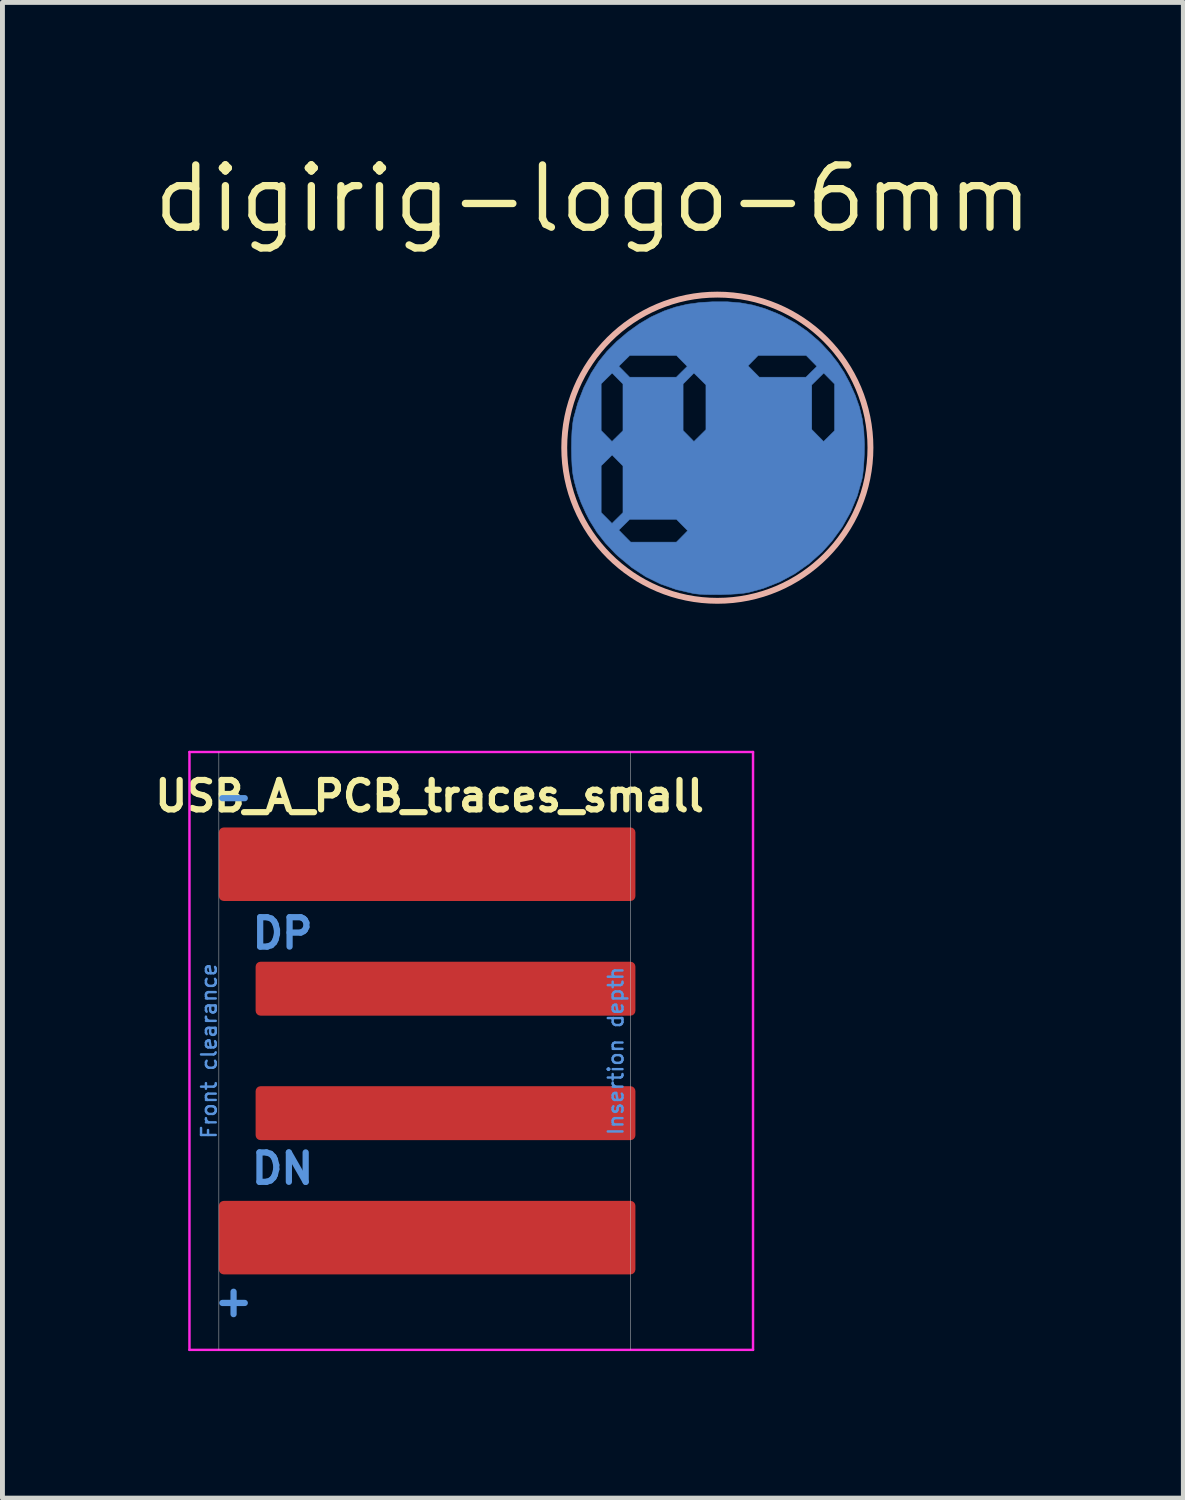
<source format=kicad_pcb>
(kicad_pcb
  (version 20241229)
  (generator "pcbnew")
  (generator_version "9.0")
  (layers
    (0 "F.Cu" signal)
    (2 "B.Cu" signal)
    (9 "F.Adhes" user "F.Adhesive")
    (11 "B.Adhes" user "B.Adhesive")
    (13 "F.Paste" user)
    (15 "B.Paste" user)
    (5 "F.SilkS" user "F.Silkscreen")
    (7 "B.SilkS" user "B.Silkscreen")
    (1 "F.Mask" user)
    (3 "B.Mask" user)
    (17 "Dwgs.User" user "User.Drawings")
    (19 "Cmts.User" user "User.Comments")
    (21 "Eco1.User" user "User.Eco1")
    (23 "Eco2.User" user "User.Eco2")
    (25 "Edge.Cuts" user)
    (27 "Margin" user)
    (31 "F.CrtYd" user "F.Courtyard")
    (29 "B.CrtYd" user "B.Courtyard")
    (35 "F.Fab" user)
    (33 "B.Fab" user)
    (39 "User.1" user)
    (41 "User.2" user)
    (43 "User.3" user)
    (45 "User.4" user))
  (footprint "USB_A_PCB_traces_small"
    (layer "F.Cu")
    (at 0.816 18.395)
    (property "Reference" "USB_A_PCB_traces_small" (at 4.9 -5.2 180) (layer "F.SilkS") (effects (font (size 0.6 0.6) (thickness 0.127))))
    (attr exclude_from_pos_files)
    (fp_line (start 0.6 -6.1) (end 0.6 6.1) (stroke (width 0.01) (type solid)) (layer "Dwgs.User"))
    (fp_line (start 9 -6.1) (end 9 6.1) (stroke (width 0.01) (type solid)) (layer "Dwgs.User"))
    (fp_line (start 0 -6.1) (end 0 6.1) (stroke (width 0.05) (type solid)) (layer "F.CrtYd"))
    (fp_line (start 0 -6.1) (end 11.5 -6.1) (stroke (width 0.05) (type solid)) (layer "F.CrtYd"))
    (fp_line (start 11.5 -6.1) (end 11.5 6.1) (stroke (width 0.05) (type solid)) (layer "F.CrtYd"))
    (fp_line (start 11.5 6.1) (end 0 6.1) (stroke (width 0.05) (type solid)) (layer "F.CrtYd"))
    (fp_text user "Front clearance" (at 0.4 0 90) (layer "Cmts.User") (effects (font (size 0.3 0.3) (thickness 0.05))))
    (fp_text user "DP" (at 1.9 -2.4 0) (layer "Cmts.User") (effects (font (size 0.6 0.6) (thickness 0.127))))
    (fp_text user "-" (at 0.9 -5.2 0) (layer "Cmts.User") (effects (font (size 0.6 0.6) (thickness 0.127))))
    (fp_text user "Insertion depth" (at 8.7 0 90) (layer "Cmts.User") (effects (font (size 0.3 0.3) (thickness 0.05))))
    (fp_text user "DN" (at 1.9 2.4 0) (layer "Cmts.User") (effects (font (size 0.6 0.6) (thickness 0.127))))
    (fp_text user "+" (at 0.9 5.1 0) (layer "Cmts.User") (effects (font (size 0.6 0.6) (thickness 0.127))))
    (pad "1" connect roundrect (at 4.85 3.81) (size 8.5 1.5) (layers "F.Cu" "F.Mask") (roundrect_rratio 0.067))
    (pad "2" connect roundrect (at 5.225 1.27) (size 7.75 1.1) (layers "F.Cu" "F.Mask") (roundrect_rratio 0.091))
    (pad "3" connect roundrect (at 5.225 -1.27) (size 7.75 1.1) (layers "F.Cu" "F.Mask") (roundrect_rratio 0.091))
    (pad "4" connect roundrect (at 4.85 -3.81) (size 8.5 1.5) (layers "F.Cu" "F.Mask") (roundrect_rratio 0.067)))
  (footprint "digirig-logo-6mm"
    (layer "F.Cu")
    (at 11.588 6.086)
    (property "Reference" "digirig-logo-6mm" (at -2.54 -5.08 0) (layer "F.SilkS") (effects (font (size 1.27 1.27) (thickness 0.15))))
    (attr through_hole)
    (fp_poly (pts (xy 0.202 -2.978) (xy 0.47 -2.956) (xy 0.721 -2.911) (xy 0.965 -2.84) (xy 1.212 -2.742) (xy 1.323 -2.69) (xy 1.596 -2.541) (xy 1.838 -2.374) (xy 2.063 -2.181) (xy 2.123 -2.122) (xy 2.303 -1.929) (xy 2.454 -1.737) (xy 2.586 -1.534) (xy 2.699 -1.323) (xy 2.812 -1.073) (xy 2.897 -0.834) (xy 2.955 -0.594) (xy 2.989 -0.343) (xy 3.002 -0.07) (xy 2.999 0.115) (xy 2.992 0.27) (xy 2.982 0.415) (xy 2.969 0.538) (xy 2.954 0.629) (xy 2.953 0.635) (xy 2.856 0.981) (xy 2.72 1.31) (xy 2.547 1.619) (xy 2.337 1.908) (xy 2.137 2.13) (xy 1.87 2.368) (xy 1.58 2.572) (xy 1.268 2.74) (xy 0.936 2.871) (xy 0.635 2.953) (xy 0.536 2.969) (xy 0.406 2.982) (xy 0.254 2.991) (xy 0.09 2.997) (xy -0.074 2.998) (xy -0.23 2.996) (xy -0.365 2.989) (xy -0.472 2.978) (xy -0.487 2.975) (xy -0.835 2.895) (xy -1.158 2.781) (xy -1.46 2.633) (xy -1.744 2.447) (xy -2.014 2.223) (xy -2.076 2.166) (xy -2.282 1.948) (xy -2.456 1.727) (xy -2.484 1.681) (xy -2.011 1.681) (xy -1.89 1.804) (xy -1.769 1.926) (xy -0.835 1.926) (xy -0.72 1.81) (xy -0.605 1.693) (xy -0.72 1.577) (xy -0.835 1.46) (xy -1.787 1.46) (xy -1.899 1.571) (xy -2.011 1.681) (xy -2.484 1.681) (xy -2.604 1.489) (xy -2.679 1.344) (xy -2.779 1.123) (xy -2.856 0.915) (xy -2.915 0.702) (xy -2.935 0.614) (xy -2.954 0.498) (xy -2.965 0.369) (xy -2.371 0.369) (xy -2.371 1.322) (xy -2.26 1.433) (xy -2.15 1.545) (xy -1.926 1.324) (xy -1.926 0.372) (xy -2.037 0.26) (xy -2.147 0.148) (xy -2.259 0.259) (xy -2.371 0.369) (xy -2.965 0.369) (xy -2.966 0.35) (xy -2.974 0.182) (xy -2.977 0.003) (xy -2.974 -0.175) (xy -2.966 -0.342) (xy -2.952 -0.488) (xy -2.936 -0.593) (xy -2.849 -0.909) (xy -2.727 -1.222) (xy -2.686 -1.303) (xy -2.371 -1.303) (xy -2.371 -0.351) (xy -2.26 -0.239) (xy -2.15 -0.127) (xy -2.038 -0.237) (xy -1.926 -0.348) (xy -1.926 -1.3) (xy -0.699 -1.3) (xy -0.699 -0.351) (xy -0.588 -0.239) (xy -0.478 -0.127) (xy -0.355 -0.248) (xy -0.233 -0.369) (xy -0.233 -1.282) (xy 1.926 -1.282) (xy 1.926 -0.372) (xy 2.047 -0.249) (xy 2.168 -0.127) (xy 2.28 -0.237) (xy 2.392 -0.348) (xy 2.392 -1.3) (xy 2.281 -1.412) (xy 2.171 -1.524) (xy 2.049 -1.403) (xy 1.926 -1.282) (xy -0.233 -1.282) (xy -0.355 -1.403) (xy -0.478 -1.524) (xy -0.588 -1.412) (xy -0.699 -1.3) (xy -1.926 -1.3) (xy -2.037 -1.412) (xy -2.147 -1.524) (xy -2.259 -1.414) (xy -2.371 -1.303) (xy -2.686 -1.303) (xy -2.575 -1.52) (xy -2.483 -1.663) (xy -2.011 -1.663) (xy -1.9 -1.551) (xy -1.79 -1.439) (xy -0.837 -1.439) (xy -0.726 -1.55) (xy -0.614 -1.66) (xy -0.626 -1.672) (xy 0.626 -1.672) (xy 0.856 -1.439) (xy 1.808 -1.439) (xy 1.92 -1.55) (xy 2.032 -1.66) (xy 1.922 -1.772) (xy 1.811 -1.884) (xy 0.834 -1.884) (xy 0.626 -1.672) (xy -0.626 -1.672) (xy -0.835 -1.884) (xy -1.787 -1.884) (xy -1.899 -1.773) (xy -2.011 -1.663) (xy -2.483 -1.663) (xy -2.42 -1.76) (xy -2.253 -1.965) (xy -2.054 -2.167) (xy -1.832 -2.356) (xy -1.597 -2.525) (xy -1.36 -2.665) (xy -1.323 -2.683) (xy -1.085 -2.791) (xy -0.851 -2.871) (xy -0.61 -2.928) (xy -0.351 -2.963) (xy -0.094 -2.978) (xy 0.202 -2.978)) (stroke (width 0.01) (type solid)) (fill yes) (layer "B.Cu"))
    (fp_poly (pts (xy -0.212 0.369) (xy -0.212 1.324) (xy -0.477 1.588) (xy -0.72 1.343) (xy -0.72 0.369) (xy -0.466 0.118) (xy -0.212 0.369)) (stroke (width 0.01) (type solid)) (fill yes) (layer "B.Mask"))
    (fp_poly (pts (xy 2.413 0.369) (xy 2.413 1.345) (xy 2.291 1.466) (xy 2.168 1.587) (xy 1.905 1.322) (xy 1.905 0.369) (xy 2.159 0.118) (xy 2.413 0.369)) (stroke (width 0.01) (type solid)) (fill yes) (layer "B.Mask"))
    (fp_poly (pts (xy 1.937 1.566) (xy 2.062 1.693) (xy 1.937 1.82) (xy 1.811 1.947) (xy 0.835 1.947) (xy 0.583 1.693) (xy 0.835 1.439) (xy 1.811 1.439) (xy 1.937 1.566)) (stroke (width 0.01) (type solid)) (fill yes) (layer "B.Mask"))
    (fp_poly (pts (xy 1.937 -0.106) (xy 2.062 0.021) (xy 1.947 0.138) (xy 1.832 0.254) (xy 0.835 0.254) (xy 0.714 0.132) (xy 0.593 0.009) (xy 0.715 -0.112) (xy 0.837 -0.233) (xy 1.811 -0.233) (xy 1.937 -0.106)) (stroke (width 0.01) (type solid)) (fill yes) (layer "B.Mask"))
    (fp_poly (pts (xy 0.741 0.369) (xy 0.741 1.345) (xy 0.619 1.466) (xy 0.561 1.523) (xy 0.515 1.565) (xy 0.488 1.586) (xy 0.486 1.587) (xy 0.467 1.574) (xy 0.426 1.536) (xy 0.372 1.483) (xy 0.354 1.465) (xy 0.233 1.343) (xy 0.233 0.369) (xy 0.487 0.118) (xy 0.741 0.369)) (stroke (width 0.01) (type solid)) (fill yes) (layer "B.Mask"))
    (fp_poly (pts (xy -0.571 0.012) (xy -0.694 0.133) (xy -0.816 0.254) (xy -1.811 0.254) (xy -1.922 0.142) (xy -1.975 0.085) (xy -2.014 0.039) (xy -2.032 0.011) (xy -2.032 0.009) (xy -2.018 -0.015) (xy -1.981 -0.059) (xy -1.928 -0.115) (xy -1.92 -0.122) (xy -1.808 -0.233) (xy -0.814 -0.233) (xy -0.571 0.012)) (stroke (width 0.01) (type solid)) (fill yes) (layer "B.Mask"))
    (fp_poly (pts (xy 0.614 -1.429) (xy 0.741 -1.303) (xy 0.741 -0.348) (xy 0.619 -0.227) (xy 0.561 -0.171) (xy 0.515 -0.129) (xy 0.488 -0.107) (xy 0.486 -0.106) (xy 0.467 -0.12) (xy 0.426 -0.157) (xy 0.372 -0.21) (xy 0.354 -0.228) (xy 0.233 -0.35) (xy 0.233 -1.303) (xy 0.36 -1.429) (xy 0.487 -1.554) (xy 0.614 -1.429)) (stroke (width 0.01) (type solid)) (fill yes) (layer "B.Mask"))
    (fp_circle (center 0 0) (end 2.4 -2) (stroke (width 0.12) (type solid)) (fill no) (layer "B.SilkS")))
  (gr_rect
    (start -3 -3)
    (end 21.097 27.52)
    (stroke (width 0.1) (type default))
    (fill no)
    (layer "Edge.Cuts")))
</source>
